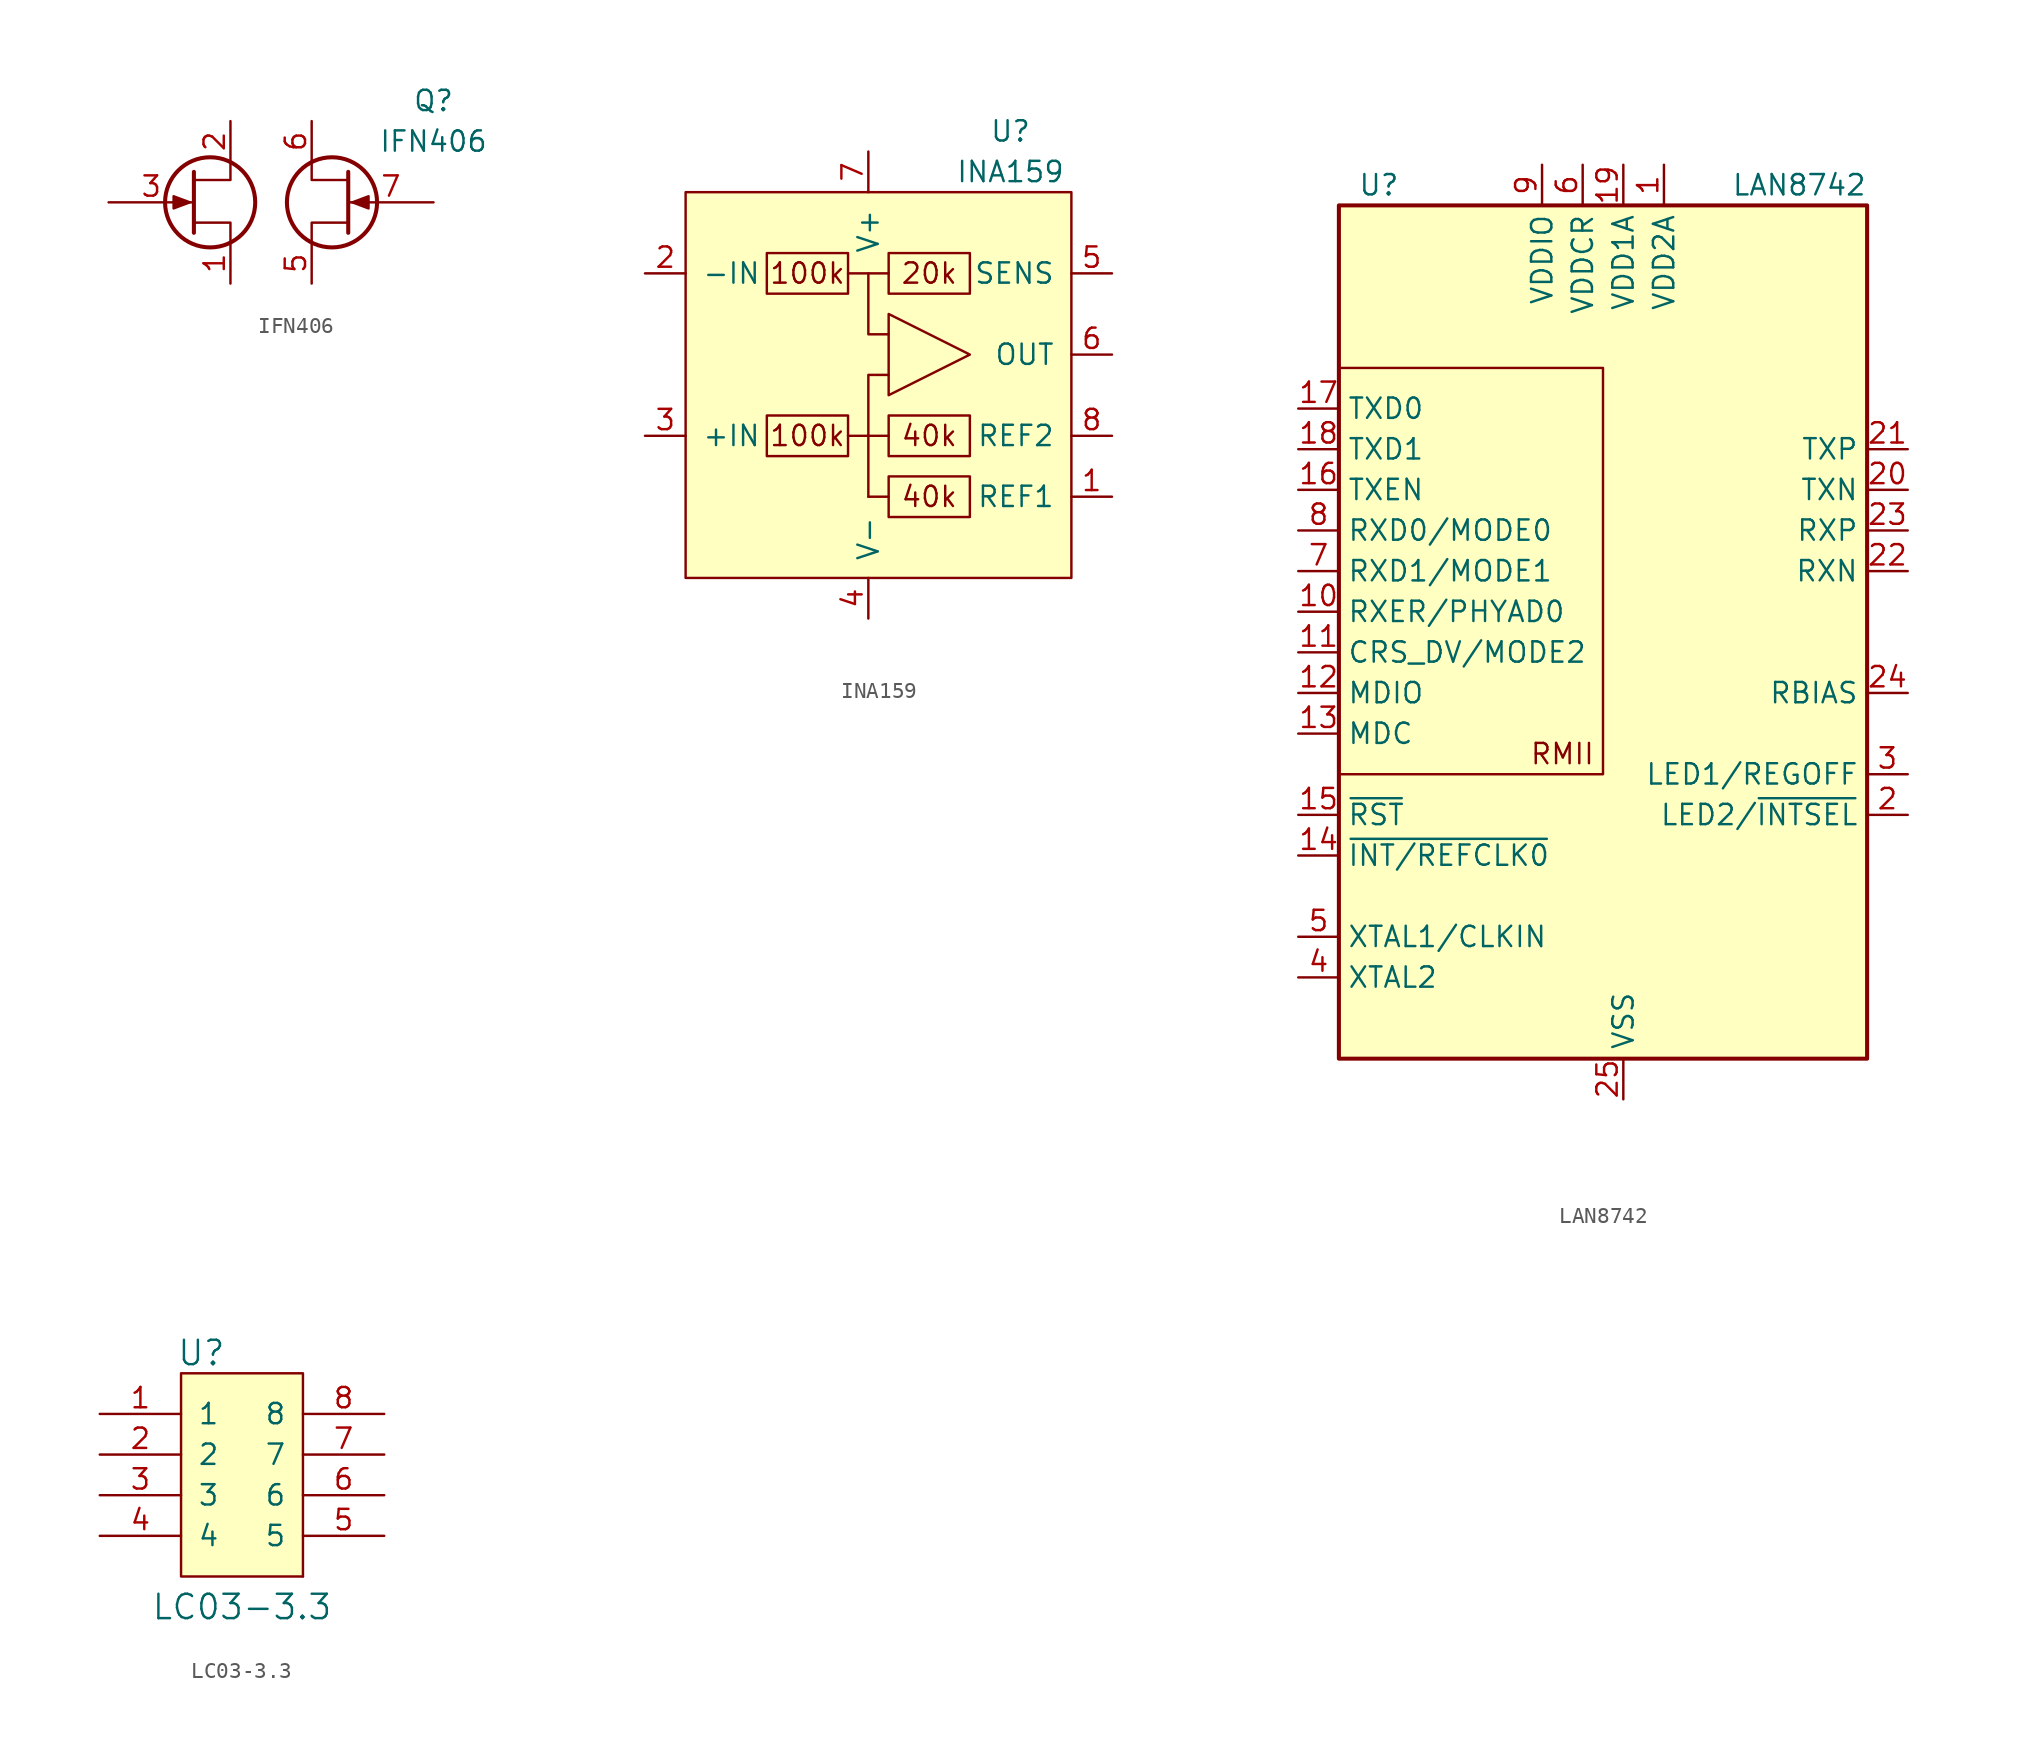
<source format=kicad_sym>
(kicad_symbol_lib
  (version 20220914)
  (generator kicad_symbol_editor)
  (symbol "IFN406"
    (pin_names
      (offset 1.016))
    (property "Reference" "Q"
      (at 10.16 6.35 0)
      (effects (font (size 1.27 1.27))))
    (property "Value" "IFN406"
      (at 10.16 3.81 0)
      (effects (font (size 1.27 1.27))))
    (symbol "IFN406_1_1"
      (circle (center -3.81 0) (radius 2.819) (stroke (width 0.254) (type solid)) (fill (type none)))
      (polyline (pts (xy -4.826 1.905) (xy -4.826 -1.905) (xy -4.826 -1.905)) (stroke (width 0.254) (type solid)) (fill (type none)))
      (polyline (pts (xy -2.54 -2.54) (xy -2.54 -1.27) (xy -4.826 -1.27)) (stroke (width 0) (type solid)) (fill (type none)))
      (polyline (pts (xy -2.54 2.54) (xy -2.54 1.397) (xy -4.826 1.397)) (stroke (width 0) (type solid)) (fill (type none)))
      (polyline (pts (xy 2.54 -2.54) (xy 2.54 -1.27) (xy 4.826 -1.27)) (stroke (width 0) (type solid)) (fill (type none)))
      (polyline (pts (xy 2.54 2.54) (xy 2.54 1.397) (xy 4.826 1.397)) (stroke (width 0) (type solid)) (fill (type none)))
      (polyline (pts (xy 4.826 1.905) (xy 4.826 -1.905) (xy 4.826 -1.905)) (stroke (width 0.254) (type solid)) (fill (type none)))
      (polyline (pts (xy -5.08 0) (xy -6.096 0.381) (xy -6.096 -0.381) (xy -5.08 0)) (stroke (width 0) (type solid)) (fill (type outline)))
      (polyline (pts (xy 5.08 0) (xy 6.096 0.381) (xy 6.096 -0.381) (xy 5.08 0)) (stroke (width 0) (type solid)) (fill (type outline)))
      (circle (center 3.81 0) (radius 2.819) (stroke (width 0.254) (type solid)) (fill (type none)))
      (pin passive line (at -2.54 -5.08 90) (length 2.54) (name "~" (effects (font (size 1.27 1.27)))) (number "1" (effects (font (size 1.27 1.27)))))
      (pin passive line (at -2.54 5.08 270) (length 2.54) (name "~" (effects (font (size 1.27 1.27)))) (number "2" (effects (font (size 1.27 1.27)))))
      (pin input line (at -10.16 0 0) (length 5.334) (name "~" (effects (font (size 1.27 1.27)))) (number "3" (effects (font (size 1.27 1.27)))))
      (pin passive line (at 2.54 -5.08 90) (length 2.54) (name "~" (effects (font (size 1.27 1.27)))) (number "5" (effects (font (size 1.27 1.27)))))
      (pin passive line (at 2.54 5.08 270) (length 2.54) (name "~" (effects (font (size 1.27 1.27)))) (number "6" (effects (font (size 1.27 1.27)))))
      (pin input line (at 10.16 0 180) (length 5.334) (name "~" (effects (font (size 1.27 1.27)))) (number "7" (effects (font (size 1.27 1.27)))))))
  (symbol "INA159"
    (pin_names
      (offset 1.016))
    (property "Reference" "U"
      (at 8.89 16.51 0)
      (effects (font (size 1.27 1.27))))
    (property "Value" "INA159"
      (at 8.89 13.97 0)
      (effects (font (size 1.27 1.27))))
    (symbol "INA159_0_0"
      (text "100k" (at -3.81 -2.54 0) (effects (font (size 1.27 1.27))))
      (text "100k" (at -3.81 7.62 0) (effects (font (size 1.27 1.27))))
      (text "20k" (at 3.81 7.62 0) (effects (font (size 1.27 1.27))))
      (text "40k" (at 3.81 -6.35 0) (effects (font (size 1.27 1.27))))
      (text "40k" (at 3.81 -2.54 0) (effects (font (size 1.27 1.27)))))
    (symbol "INA159_0_1"
      (rectangle (start -11.43 12.7) (end 12.7 -11.43) (stroke (width 0) (type solid)) (fill (type background)))
      (polyline (pts (xy -1.27 -2.54) (xy 0 -2.54)) (stroke (width 0) (type solid)) (fill (type none)))
      (polyline (pts (xy 0 -6.35) (xy 0 -2.54)) (stroke (width 0) (type solid)) (fill (type none)))
      (polyline (pts (xy 1.27 7.62) (xy 0 7.62)) (stroke (width 0) (type solid)) (fill (type none)))
      (polyline (pts (xy 0 -2.54) (xy 0 1.27) (xy 1.27 1.27)) (stroke (width 0) (type solid)) (fill (type none)))
      (polyline (pts (xy 1.27 3.81) (xy 0 3.81) (xy 0 7.62) (xy -1.27 7.62)) (stroke (width 0) (type solid)) (fill (type none)))
      (polyline (pts (xy 1.27 5.08) (xy 1.27 0) (xy 6.35 2.54) (xy 1.27 5.08)) (stroke (width 0) (type solid)) (fill (type none)))
      (rectangle (start 1.27 8.89) (end 6.35 6.35) (stroke (width 0) (type solid)) (fill (type none))))
    (symbol "INA159_1_1"
      (rectangle (start -6.35 -1.27) (end -1.27 -3.81) (stroke (width 0) (type solid)) (fill (type none)))
      (rectangle (start -6.35 8.89) (end -1.27 6.35) (stroke (width 0) (type solid)) (fill (type none)))
      (polyline (pts (xy 1.27 -6.35) (xy 0 -6.35)) (stroke (width 0) (type solid)) (fill (type none)))
      (polyline (pts (xy 1.27 -2.54) (xy 0 -2.54)) (stroke (width 0) (type solid)) (fill (type none)))
      (rectangle (start 1.27 -5.08) (end 6.35 -7.62) (stroke (width 0) (type solid)) (fill (type none)))
      (rectangle (start 1.27 -1.27) (end 6.35 -3.81) (stroke (width 0) (type solid)) (fill (type none)))
      (pin input line (at 15.24 -6.35 180) (length 2.54) (name "REF1" (effects (font (size 1.27 1.27)))) (number "1" (effects (font (size 1.27 1.27)))))
      (pin input line (at -13.97 7.62 0) (length 2.54) (name "-IN" (effects (font (size 1.27 1.27)))) (number "2" (effects (font (size 1.27 1.27)))))
      (pin input line (at -13.97 -2.54 0) (length 2.54) (name "+IN" (effects (font (size 1.27 1.27)))) (number "3" (effects (font (size 1.27 1.27)))))
      (pin passive line (at 0 -13.97 90) (length 2.54) (name "V-" (effects (font (size 1.27 1.27)))) (number "4" (effects (font (size 1.27 1.27)))))
      (pin input line (at 15.24 7.62 180) (length 2.54) (name "SENS" (effects (font (size 1.27 1.27)))) (number "5" (effects (font (size 1.27 1.27)))))
      (pin output line (at 15.24 2.54 180) (length 2.54) (name "OUT" (effects (font (size 1.27 1.27)))) (number "6" (effects (font (size 1.27 1.27)))))
      (pin passive line (at 0 15.24 270) (length 2.54) (name "V+" (effects (font (size 1.27 1.27)))) (number "7" (effects (font (size 1.27 1.27)))))
      (pin input line (at 15.24 -2.54 180) (length 2.54) (name "REF2" (effects (font (size 1.27 1.27)))) (number "8" (effects (font (size 1.27 1.27)))))))
  (symbol "LAN8742"
    (property "Reference" "U"
      (at -13.97 29.21 0)
      (effects (font (size 1.27 1.27)) (justify right)))
    (property "Value" "LAN8742"
      (at 15.24 29.21 0)
      (effects (font (size 1.27 1.27)) (justify right)))
    (symbol "LAN8742_0_0"
      (text "RMII" (at -3.81 -6.35 0) (effects (font (size 1.27 1.27)))))
    (symbol "LAN8742_0_1"
      (rectangle (start -17.78 17.78) (end -1.27 -7.62) (stroke (width 0) (type solid)) (fill (type none)))
      (rectangle (start -17.78 27.94) (end 15.24 -25.4) (stroke (width 0.254) (type solid)) (fill (type background))))
    (symbol "LAN8742_1_1"
      (pin power_in line (at 2.54 30.48 270) (length 2.54) (name "VDD2A" (effects (font (size 1.27 1.27)))) (number "1" (effects (font (size 1.27 1.27)))))
      (pin output line (at -20.32 2.54 0) (length 2.54) (name "RXER/PHYAD0" (effects (font (size 1.27 1.27)))) (number "10" (effects (font (size 1.27 1.27)))))
      (pin output line (at -20.32 0 0) (length 2.54) (name "CRS_DV/MODE2" (effects (font (size 1.27 1.27)))) (number "11" (effects (font (size 1.27 1.27)))))
      (pin bidirectional line (at -20.32 -2.54 0) (length 2.54) (name "MDIO" (effects (font (size 1.27 1.27)))) (number "12" (effects (font (size 1.27 1.27)))))
      (pin input line (at -20.32 -5.08 0) (length 2.54) (name "MDC" (effects (font (size 1.27 1.27)))) (number "13" (effects (font (size 1.27 1.27)))))
      (pin output line (at -20.32 -12.7 0) (length 2.54) (name "~{INT/REFCLK0}" (effects (font (size 1.27 1.27)))) (number "14" (effects (font (size 1.27 1.27)))))
      (pin input line (at -20.32 -10.16 0) (length 2.54) (name "~{RST}" (effects (font (size 1.27 1.27)))) (number "15" (effects (font (size 1.27 1.27)))))
      (pin input line (at -20.32 10.16 0) (length 2.54) (name "TXEN" (effects (font (size 1.27 1.27)))) (number "16" (effects (font (size 1.27 1.27)))))
      (pin input line (at -20.32 15.24 0) (length 2.54) (name "TXD0" (effects (font (size 1.27 1.27)))) (number "17" (effects (font (size 1.27 1.27)))))
      (pin input line (at -20.32 12.7 0) (length 2.54) (name "TXD1" (effects (font (size 1.27 1.27)))) (number "18" (effects (font (size 1.27 1.27)))))
      (pin power_in line (at 0 30.48 270) (length 2.54) (name "VDD1A" (effects (font (size 1.27 1.27)))) (number "19" (effects (font (size 1.27 1.27)))))
      (pin bidirectional line (at 17.78 -10.16 180) (length 2.54) (name "LED2/~{INTSEL}" (effects (font (size 1.27 1.27)))) (number "2" (effects (font (size 1.27 1.27)))))
      (pin output line (at 17.78 10.16 180) (length 2.54) (name "TXN" (effects (font (size 1.27 1.27)))) (number "20" (effects (font (size 1.27 1.27)))))
      (pin output line (at 17.78 12.7 180) (length 2.54) (name "TXP" (effects (font (size 1.27 1.27)))) (number "21" (effects (font (size 1.27 1.27)))))
      (pin output line (at 17.78 5.08 180) (length 2.54) (name "RXN" (effects (font (size 1.27 1.27)))) (number "22" (effects (font (size 1.27 1.27)))))
      (pin output line (at 17.78 7.62 180) (length 2.54) (name "RXP" (effects (font (size 1.27 1.27)))) (number "23" (effects (font (size 1.27 1.27)))))
      (pin input line (at 17.78 -2.54 180) (length 2.54) (name "RBIAS" (effects (font (size 1.27 1.27)))) (number "24" (effects (font (size 1.27 1.27)))))
      (pin passive line (at 0 -27.94 90) (length 2.54) (name "VSS" (effects (font (size 1.27 1.27)))) (number "25" (effects (font (size 1.27 1.27)))))
      (pin bidirectional line (at 17.78 -7.62 180) (length 2.54) (name "LED1/REGOFF" (effects (font (size 1.27 1.27)))) (number "3" (effects (font (size 1.27 1.27)))))
      (pin passive line (at -20.32 -20.32 0) (length 2.54) (name "XTAL2" (effects (font (size 1.27 1.27)))) (number "4" (effects (font (size 1.27 1.27)))))
      (pin passive line (at -20.32 -17.78 0) (length 2.54) (name "XTAL1/CLKIN" (effects (font (size 1.27 1.27)))) (number "5" (effects (font (size 1.27 1.27)))))
      (pin power_in line (at -2.54 30.48 270) (length 2.54) (name "VDDCR" (effects (font (size 1.27 1.27)))) (number "6" (effects (font (size 1.27 1.27)))))
      (pin output line (at -20.32 5.08 0) (length 2.54) (name "RXD1/MODE1" (effects (font (size 1.27 1.27)))) (number "7" (effects (font (size 1.27 1.27)))))
      (pin output line (at -20.32 7.62 0) (length 2.54) (name "RXD0/MODE0" (effects (font (size 1.27 1.27)))) (number "8" (effects (font (size 1.27 1.27)))))
      (pin power_in line (at -5.08 30.48 270) (length 2.54) (name "VDDIO" (effects (font (size 1.27 1.27)))) (number "9" (effects (font (size 1.27 1.27)))))))
  (symbol "LC03-3.3"
    (pin_names
      (offset 1.016))
    (property "Reference" "U"
      (at -2.54 7.62 0)
      (effects (font (size 1.524 1.524))))
    (property "Value" "LC03-3.3"
      (at 0 -8.255 0)
      (effects (font (size 1.524 1.524))))
    (property "Footprint" ""
      (at 0 0 0)
      (effects (font (size 1.524 1.524))))
    (property "Datasheet" ""
      (at 0 0 0)
      (effects (font (size 1.524 1.524))))
    (symbol "LC03-3.3_0_1"
      (rectangle (start -3.81 6.35) (end 3.81 -6.35) (stroke (width 0) (type solid)) (fill (type background)))
      (rectangle (start 3.81 -6.35) (end 3.81 -6.35) (stroke (width 0) (type solid)) (fill (type none))))
    (symbol "LC03-3.3_1_1"
      (pin bidirectional line (at -8.89 3.81 0) (length 5.08) (name "1" (effects (font (size 1.27 1.27)))) (number "1" (effects (font (size 1.27 1.27)))))
      (pin bidirectional line (at -8.89 1.27 0) (length 5.08) (name "2" (effects (font (size 1.27 1.27)))) (number "2" (effects (font (size 1.27 1.27)))))
      (pin bidirectional line (at -8.89 -1.27 0) (length 5.08) (name "3" (effects (font (size 1.27 1.27)))) (number "3" (effects (font (size 1.27 1.27)))))
      (pin bidirectional line (at -8.89 -3.81 0) (length 5.08) (name "4" (effects (font (size 1.27 1.27)))) (number "4" (effects (font (size 1.27 1.27)))))
      (pin bidirectional line (at 8.89 -3.81 180) (length 5.08) (name "5" (effects (font (size 1.27 1.27)))) (number "5" (effects (font (size 1.27 1.27)))))
      (pin bidirectional line (at 8.89 -1.27 180) (length 5.08) (name "6" (effects (font (size 1.27 1.27)))) (number "6" (effects (font (size 1.27 1.27)))))
      (pin bidirectional line (at 8.89 1.27 180) (length 5.08) (name "7" (effects (font (size 1.27 1.27)))) (number "7" (effects (font (size 1.27 1.27)))))
      (pin bidirectional line (at 8.89 3.81 180) (length 5.08) (name "8" (effects (font (size 1.27 1.27)))) (number "8" (effects (font (size 1.27 1.27))))))))
</source>
